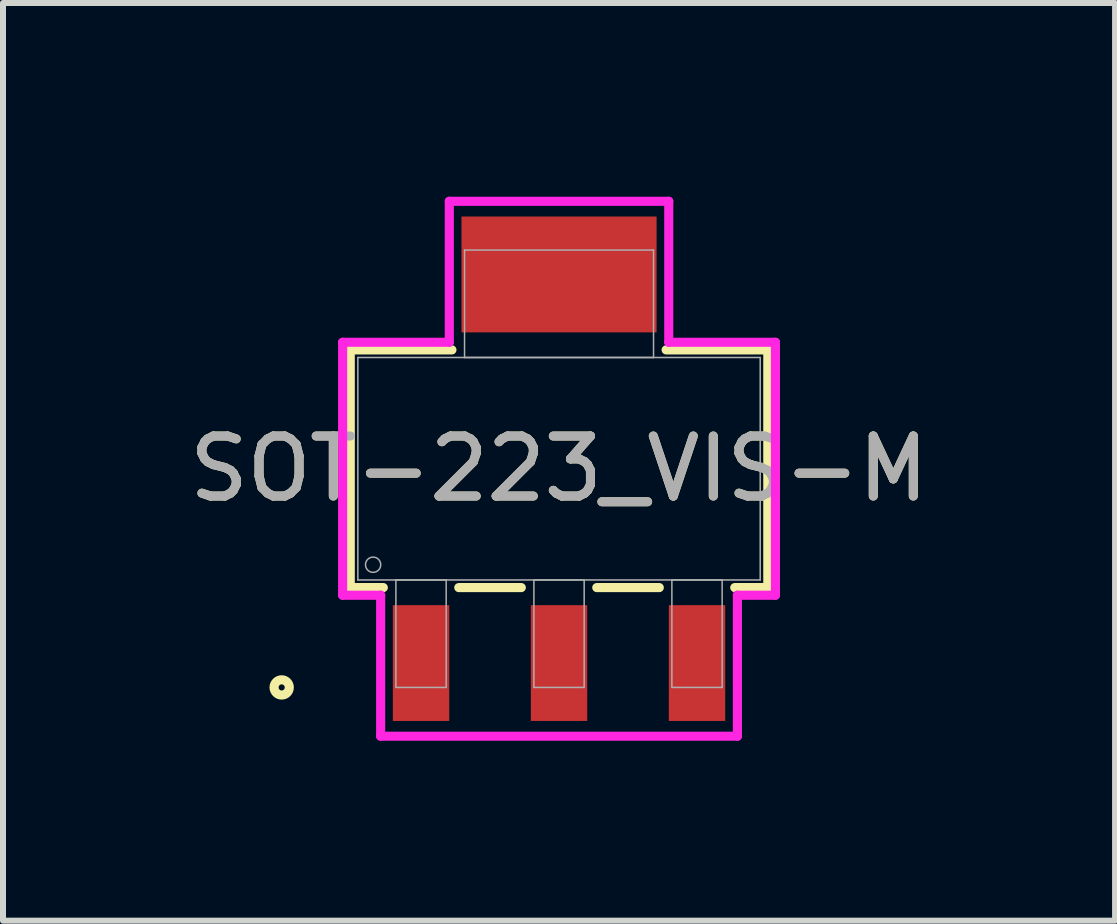
<source format=kicad_pcb>
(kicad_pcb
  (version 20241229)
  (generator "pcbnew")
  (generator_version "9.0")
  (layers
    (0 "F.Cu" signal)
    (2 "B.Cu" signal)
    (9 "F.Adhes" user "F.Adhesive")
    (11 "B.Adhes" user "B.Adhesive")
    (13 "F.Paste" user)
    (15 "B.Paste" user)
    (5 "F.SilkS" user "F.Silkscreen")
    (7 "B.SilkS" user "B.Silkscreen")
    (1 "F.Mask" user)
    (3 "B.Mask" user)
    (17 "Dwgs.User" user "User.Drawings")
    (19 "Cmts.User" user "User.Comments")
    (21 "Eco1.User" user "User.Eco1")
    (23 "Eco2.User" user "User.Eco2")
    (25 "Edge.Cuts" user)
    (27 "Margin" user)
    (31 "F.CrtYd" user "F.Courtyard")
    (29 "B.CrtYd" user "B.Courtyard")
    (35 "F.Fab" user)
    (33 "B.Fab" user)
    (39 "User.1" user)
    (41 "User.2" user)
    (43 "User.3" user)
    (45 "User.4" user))
  (footprint "SOT-223_VIS-M"
    (layer "F.Cu")
    (at 6.268 4.763)
    (property "Reference" "SOT-223_VIS-M" (at 0 0 0) (unlocked yes) (layer "F.SilkS") (effects (font (size 1 1) (thickness 0.15))))
    (attr smd)
    (fp_poly (pts (xy 1.626 -4.204) (xy -1.626 -4.204) (xy -1.626 -2.273) (xy 1.626 -2.273)) (stroke (width 0) (type solid)) (fill yes) (layer "F.Cu"))
    (fp_poly (pts (xy 1.676 -4.763) (xy -1.676 -4.763) (xy -1.676 -1.816) (xy 1.676 -1.816)) (stroke (width 0) (type solid)) (fill yes) (layer "F.Mask"))
    (fp_line (start -3.48 -1.981) (end -3.48 1.981) (stroke (width 0.152) (type solid)) (layer "F.SilkS"))
    (fp_line (start -3.48 1.981) (end -2.929 1.981) (stroke (width 0.152) (type solid)) (layer "F.SilkS"))
    (fp_line (start -1.785 -1.981) (end -3.48 -1.981) (stroke (width 0.152) (type solid)) (layer "F.SilkS"))
    (fp_line (start -1.671 1.981) (end -0.629 1.981) (stroke (width 0.152) (type solid)) (layer "F.SilkS"))
    (fp_line (start 0.629 1.981) (end 1.671 1.981) (stroke (width 0.152) (type solid)) (layer "F.SilkS"))
    (fp_line (start 2.929 1.981) (end 3.48 1.981) (stroke (width 0.152) (type solid)) (layer "F.SilkS"))
    (fp_line (start 3.48 -1.981) (end 1.785 -1.981) (stroke (width 0.152) (type solid)) (layer "F.SilkS"))
    (fp_line (start 3.48 1.981) (end 3.48 -1.981) (stroke (width 0.152) (type solid)) (layer "F.SilkS"))
    (fp_circle (center -4.623 3.645) (end -4.496 3.645) (stroke (width 0.152) (type solid)) (fill no) (layer "F.SilkS"))
    (fp_poly (pts (xy 1.626 -4.204) (xy -1.626 -4.204) (xy -1.626 -2.273) (xy 1.626 -2.273)) (stroke (width 0) (type solid)) (fill yes) (layer "F.Paste"))
    (fp_line (start -3.607 -2.108) (end -1.829 -2.108) (stroke (width 0.152) (type solid)) (layer "F.CrtYd"))
    (fp_line (start -3.607 2.108) (end -3.607 -2.108) (stroke (width 0.152) (type solid)) (layer "F.CrtYd"))
    (fp_line (start -2.973 2.108) (end -3.607 2.108) (stroke (width 0.152) (type solid)) (layer "F.CrtYd"))
    (fp_line (start -2.973 4.458) (end -2.973 2.108) (stroke (width 0.152) (type solid)) (layer "F.CrtYd"))
    (fp_line (start -1.829 -4.458) (end 1.829 -4.458) (stroke (width 0.152) (type solid)) (layer "F.CrtYd"))
    (fp_line (start -1.829 -2.108) (end -1.829 -4.458) (stroke (width 0.152) (type solid)) (layer "F.CrtYd"))
    (fp_line (start 1.829 -4.458) (end 1.829 -2.108) (stroke (width 0.152) (type solid)) (layer "F.CrtYd"))
    (fp_line (start 1.829 -2.108) (end 3.607 -2.108) (stroke (width 0.152) (type solid)) (layer "F.CrtYd"))
    (fp_line (start 2.973 2.108) (end 2.973 4.458) (stroke (width 0.152) (type solid)) (layer "F.CrtYd"))
    (fp_line (start 2.973 4.458) (end -2.973 4.458) (stroke (width 0.152) (type solid)) (layer "F.CrtYd"))
    (fp_line (start 3.607 -2.108) (end 3.607 2.108) (stroke (width 0.152) (type solid)) (layer "F.CrtYd"))
    (fp_line (start 3.607 2.108) (end 2.973 2.108) (stroke (width 0.152) (type solid)) (layer "F.CrtYd"))
    (fp_line (start -3.353 -1.854) (end -3.353 1.854) (stroke (width 0.025) (type solid)) (layer "F.Fab"))
    (fp_line (start -3.353 1.854) (end 3.353 1.854) (stroke (width 0.025) (type solid)) (layer "F.Fab"))
    (fp_line (start -2.719 1.854) (end -2.719 3.645) (stroke (width 0.025) (type solid)) (layer "F.Fab"))
    (fp_line (start -2.719 3.645) (end -1.881 3.645) (stroke (width 0.025) (type solid)) (layer "F.Fab"))
    (fp_line (start -1.881 1.854) (end -2.719 1.854) (stroke (width 0.025) (type solid)) (layer "F.Fab"))
    (fp_line (start -1.881 3.645) (end -1.881 1.854) (stroke (width 0.025) (type solid)) (layer "F.Fab"))
    (fp_line (start -1.575 -3.645) (end -1.575 -1.854) (stroke (width 0.025) (type solid)) (layer "F.Fab"))
    (fp_line (start -1.575 -1.854) (end 1.575 -1.854) (stroke (width 0.025) (type solid)) (layer "F.Fab"))
    (fp_line (start -0.419 1.854) (end -0.419 3.645) (stroke (width 0.025) (type solid)) (layer "F.Fab"))
    (fp_line (start -0.419 3.645) (end 0.419 3.645) (stroke (width 0.025) (type solid)) (layer "F.Fab"))
    (fp_line (start 0.419 1.854) (end -0.419 1.854) (stroke (width 0.025) (type solid)) (layer "F.Fab"))
    (fp_line (start 0.419 3.645) (end 0.419 1.854) (stroke (width 0.025) (type solid)) (layer "F.Fab"))
    (fp_line (start 1.575 -3.645) (end -1.575 -3.645) (stroke (width 0.025) (type solid)) (layer "F.Fab"))
    (fp_line (start 1.575 -1.854) (end 1.575 -3.645) (stroke (width 0.025) (type solid)) (layer "F.Fab"))
    (fp_line (start 1.881 1.854) (end 1.881 3.645) (stroke (width 0.025) (type solid)) (layer "F.Fab"))
    (fp_line (start 1.881 3.645) (end 2.719 3.645) (stroke (width 0.025) (type solid)) (layer "F.Fab"))
    (fp_line (start 2.719 1.854) (end 1.881 1.854) (stroke (width 0.025) (type solid)) (layer "F.Fab"))
    (fp_line (start 2.719 3.645) (end 2.719 1.854) (stroke (width 0.025) (type solid)) (layer "F.Fab"))
    (fp_line (start 3.353 -1.854) (end -3.353 -1.854) (stroke (width 0.025) (type solid)) (layer "F.Fab"))
    (fp_line (start 3.353 1.854) (end 3.353 -1.854) (stroke (width 0.025) (type solid)) (layer "F.Fab"))
    (fp_circle (center -3.099 1.6) (end -2.972 1.6) (stroke (width 0.025) (type solid)) (fill no) (layer "F.Fab"))
    (fp_text user "${REFERENCE}" (at 0 0 0) (unlocked yes) (layer "F.Fab") (effects (font (size 1 1) (thickness 0.15))))
    (pad "1" smd rect (at -2.3 3.239) (size 0.94 1.93) (layers "F.Cu" "F.Mask" "F.Paste"))
    (pad "2" smd rect (at 0 3.239) (size 0.94 1.93) (layers "F.Cu" "F.Mask" "F.Paste"))
    (pad "3" smd rect (at 2.3 3.239) (size 0.94 1.93) (layers "F.Cu" "F.Mask" "F.Paste")))
  (gr_rect
    (start -3 -3)
    (end 15.536 12.296)
    (stroke (width 0.1) (type default))
    (fill no)
    (layer "Edge.Cuts")))
</source>
